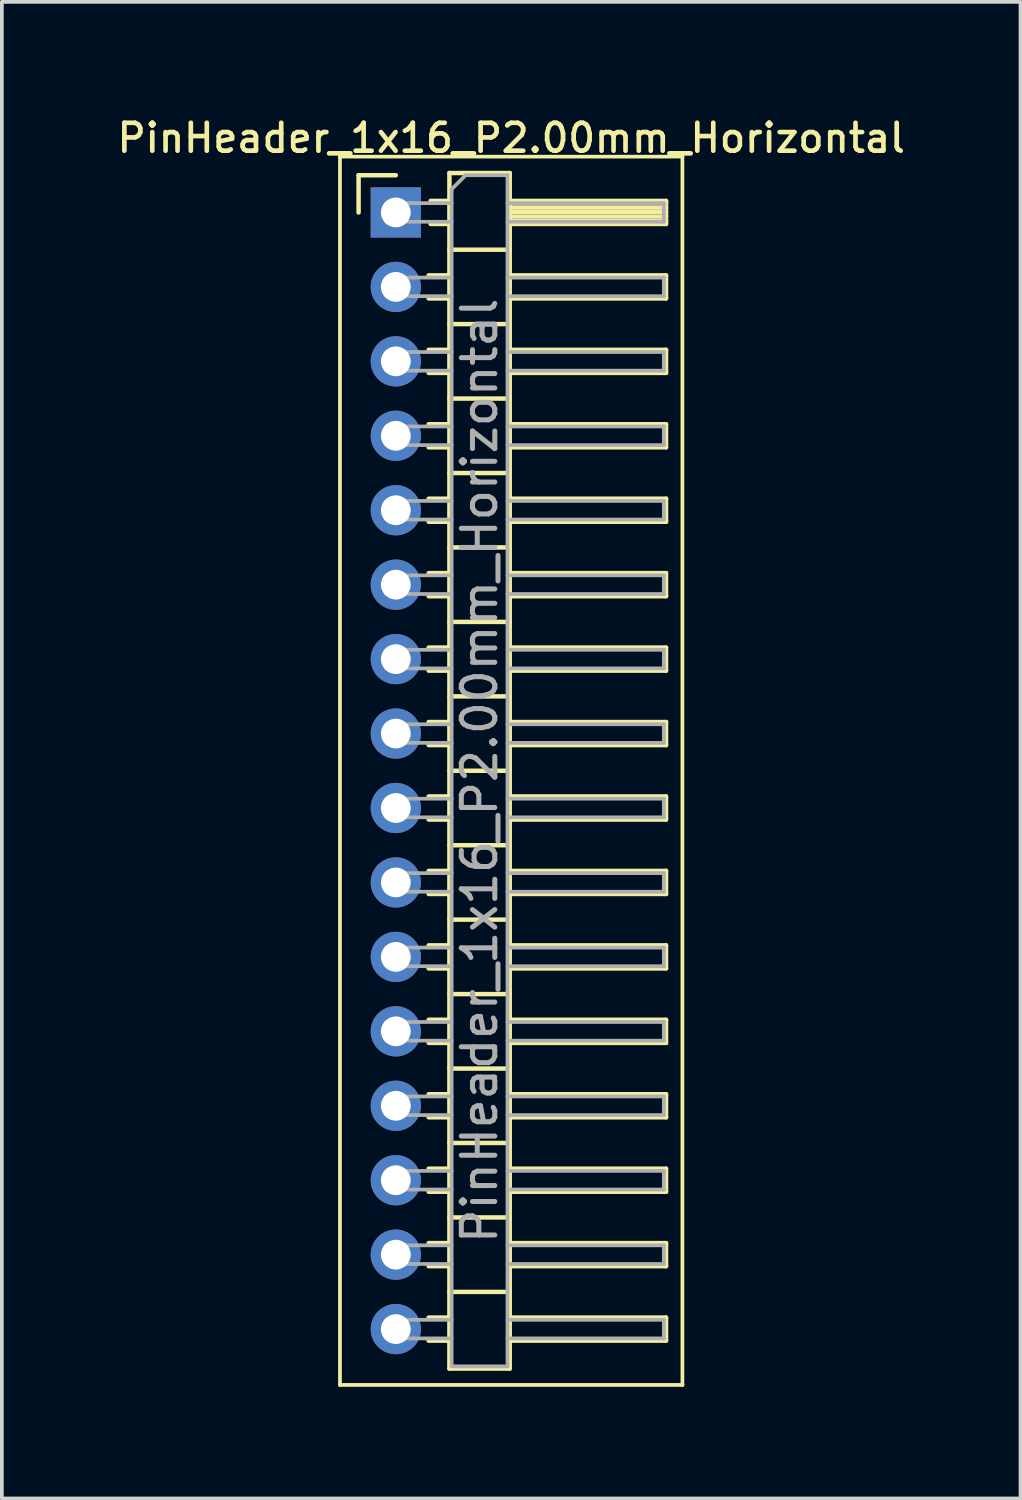
<source format=kicad_pcb>
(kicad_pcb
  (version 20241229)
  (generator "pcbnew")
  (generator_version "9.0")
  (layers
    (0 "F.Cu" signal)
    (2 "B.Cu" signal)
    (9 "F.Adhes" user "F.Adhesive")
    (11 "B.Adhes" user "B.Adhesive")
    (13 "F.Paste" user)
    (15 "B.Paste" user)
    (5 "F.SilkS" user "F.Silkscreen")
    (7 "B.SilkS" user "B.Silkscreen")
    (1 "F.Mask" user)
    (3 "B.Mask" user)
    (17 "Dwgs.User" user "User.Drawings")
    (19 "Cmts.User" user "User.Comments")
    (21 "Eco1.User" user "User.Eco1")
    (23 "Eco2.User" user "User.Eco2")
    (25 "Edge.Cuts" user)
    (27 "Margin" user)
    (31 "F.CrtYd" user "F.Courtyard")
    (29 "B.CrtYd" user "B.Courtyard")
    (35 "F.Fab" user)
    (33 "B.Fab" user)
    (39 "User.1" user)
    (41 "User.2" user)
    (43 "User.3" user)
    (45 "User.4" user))
  (footprint "PinHeader_1x16_P2.00mm_Horizontal"
    (layer "F.Cu")
    (at 7.584 2.658)
    (property "Reference" "PinHeader_1x16_P2.00mm_Horizontal" (at 3.1 -2 0) (layer "F.SilkS") (effects (font (size 0.75 0.75) (thickness 0.125))))
    (attr through_hole)
    (fp_line (start -1.5 -1.5) (end -1.5 31.5) (stroke (width 0.1) (type solid)) (layer "F.SilkS"))
    (fp_line (start -1.5 31.5) (end 7.7 31.5) (stroke (width 0.1) (type solid)) (layer "F.SilkS"))
    (fp_line (start -1 -1) (end 0 -1) (stroke (width 0.12) (type solid)) (layer "F.SilkS"))
    (fp_line (start -1 0) (end -1 -1) (stroke (width 0.12) (type solid)) (layer "F.SilkS"))
    (fp_line (start 0.882 1.69) (end 1.44 1.69) (stroke (width 0.12) (type solid)) (layer "F.SilkS"))
    (fp_line (start 0.882 2.31) (end 1.44 2.31) (stroke (width 0.12) (type solid)) (layer "F.SilkS"))
    (fp_line (start 0.882 3.69) (end 1.44 3.69) (stroke (width 0.12) (type solid)) (layer "F.SilkS"))
    (fp_line (start 0.882 4.31) (end 1.44 4.31) (stroke (width 0.12) (type solid)) (layer "F.SilkS"))
    (fp_line (start 0.882 5.69) (end 1.44 5.69) (stroke (width 0.12) (type solid)) (layer "F.SilkS"))
    (fp_line (start 0.882 6.31) (end 1.44 6.31) (stroke (width 0.12) (type solid)) (layer "F.SilkS"))
    (fp_line (start 0.882 7.69) (end 1.44 7.69) (stroke (width 0.12) (type solid)) (layer "F.SilkS"))
    (fp_line (start 0.882 8.31) (end 1.44 8.31) (stroke (width 0.12) (type solid)) (layer "F.SilkS"))
    (fp_line (start 0.882 9.69) (end 1.44 9.69) (stroke (width 0.12) (type solid)) (layer "F.SilkS"))
    (fp_line (start 0.882 10.31) (end 1.44 10.31) (stroke (width 0.12) (type solid)) (layer "F.SilkS"))
    (fp_line (start 0.882 11.69) (end 1.44 11.69) (stroke (width 0.12) (type solid)) (layer "F.SilkS"))
    (fp_line (start 0.882 12.31) (end 1.44 12.31) (stroke (width 0.12) (type solid)) (layer "F.SilkS"))
    (fp_line (start 0.882 13.69) (end 1.44 13.69) (stroke (width 0.12) (type solid)) (layer "F.SilkS"))
    (fp_line (start 0.882 14.31) (end 1.44 14.31) (stroke (width 0.12) (type solid)) (layer "F.SilkS"))
    (fp_line (start 0.882 15.69) (end 1.44 15.69) (stroke (width 0.12) (type solid)) (layer "F.SilkS"))
    (fp_line (start 0.882 16.31) (end 1.44 16.31) (stroke (width 0.12) (type solid)) (layer "F.SilkS"))
    (fp_line (start 0.882 17.69) (end 1.44 17.69) (stroke (width 0.12) (type solid)) (layer "F.SilkS"))
    (fp_line (start 0.882 18.31) (end 1.44 18.31) (stroke (width 0.12) (type solid)) (layer "F.SilkS"))
    (fp_line (start 0.882 19.69) (end 1.44 19.69) (stroke (width 0.12) (type solid)) (layer "F.SilkS"))
    (fp_line (start 0.882 20.31) (end 1.44 20.31) (stroke (width 0.12) (type solid)) (layer "F.SilkS"))
    (fp_line (start 0.882 21.69) (end 1.44 21.69) (stroke (width 0.12) (type solid)) (layer "F.SilkS"))
    (fp_line (start 0.882 22.31) (end 1.44 22.31) (stroke (width 0.12) (type solid)) (layer "F.SilkS"))
    (fp_line (start 0.882 23.69) (end 1.44 23.69) (stroke (width 0.12) (type solid)) (layer "F.SilkS"))
    (fp_line (start 0.882 24.31) (end 1.44 24.31) (stroke (width 0.12) (type solid)) (layer "F.SilkS"))
    (fp_line (start 0.882 25.69) (end 1.44 25.69) (stroke (width 0.12) (type solid)) (layer "F.SilkS"))
    (fp_line (start 0.882 26.31) (end 1.44 26.31) (stroke (width 0.12) (type solid)) (layer "F.SilkS"))
    (fp_line (start 0.882 27.69) (end 1.44 27.69) (stroke (width 0.12) (type solid)) (layer "F.SilkS"))
    (fp_line (start 0.882 28.31) (end 1.44 28.31) (stroke (width 0.12) (type solid)) (layer "F.SilkS"))
    (fp_line (start 0.882 29.69) (end 1.44 29.69) (stroke (width 0.12) (type solid)) (layer "F.SilkS"))
    (fp_line (start 0.882 30.31) (end 1.44 30.31) (stroke (width 0.12) (type solid)) (layer "F.SilkS"))
    (fp_line (start 0.935 -0.31) (end 1.44 -0.31) (stroke (width 0.12) (type solid)) (layer "F.SilkS"))
    (fp_line (start 0.935 0.31) (end 1.44 0.31) (stroke (width 0.12) (type solid)) (layer "F.SilkS"))
    (fp_line (start 1.44 -1.06) (end 1.44 31.06) (stroke (width 0.12) (type solid)) (layer "F.SilkS"))
    (fp_line (start 1.44 1) (end 3.06 1) (stroke (width 0.12) (type solid)) (layer "F.SilkS"))
    (fp_line (start 1.44 3) (end 3.06 3) (stroke (width 0.12) (type solid)) (layer "F.SilkS"))
    (fp_line (start 1.44 5) (end 3.06 5) (stroke (width 0.12) (type solid)) (layer "F.SilkS"))
    (fp_line (start 1.44 7) (end 3.06 7) (stroke (width 0.12) (type solid)) (layer "F.SilkS"))
    (fp_line (start 1.44 9) (end 3.06 9) (stroke (width 0.12) (type solid)) (layer "F.SilkS"))
    (fp_line (start 1.44 11) (end 3.06 11) (stroke (width 0.12) (type solid)) (layer "F.SilkS"))
    (fp_line (start 1.44 13) (end 3.06 13) (stroke (width 0.12) (type solid)) (layer "F.SilkS"))
    (fp_line (start 1.44 15) (end 3.06 15) (stroke (width 0.12) (type solid)) (layer "F.SilkS"))
    (fp_line (start 1.44 17) (end 3.06 17) (stroke (width 0.12) (type solid)) (layer "F.SilkS"))
    (fp_line (start 1.44 19) (end 3.06 19) (stroke (width 0.12) (type solid)) (layer "F.SilkS"))
    (fp_line (start 1.44 21) (end 3.06 21) (stroke (width 0.12) (type solid)) (layer "F.SilkS"))
    (fp_line (start 1.44 23) (end 3.06 23) (stroke (width 0.12) (type solid)) (layer "F.SilkS"))
    (fp_line (start 1.44 25) (end 3.06 25) (stroke (width 0.12) (type solid)) (layer "F.SilkS"))
    (fp_line (start 1.44 27) (end 3.06 27) (stroke (width 0.12) (type solid)) (layer "F.SilkS"))
    (fp_line (start 1.44 29) (end 3.06 29) (stroke (width 0.12) (type solid)) (layer "F.SilkS"))
    (fp_line (start 1.44 31.06) (end 3.06 31.06) (stroke (width 0.12) (type solid)) (layer "F.SilkS"))
    (fp_line (start 3.06 -1.06) (end 1.44 -1.06) (stroke (width 0.12) (type solid)) (layer "F.SilkS"))
    (fp_line (start 3.06 -0.31) (end 7.26 -0.31) (stroke (width 0.12) (type solid)) (layer "F.SilkS"))
    (fp_line (start 3.06 -0.25) (end 7.26 -0.25) (stroke (width 0.12) (type solid)) (layer "F.SilkS"))
    (fp_line (start 3.06 -0.13) (end 7.26 -0.13) (stroke (width 0.12) (type solid)) (layer "F.SilkS"))
    (fp_line (start 3.06 -0.01) (end 7.26 -0.01) (stroke (width 0.12) (type solid)) (layer "F.SilkS"))
    (fp_line (start 3.06 0.11) (end 7.26 0.11) (stroke (width 0.12) (type solid)) (layer "F.SilkS"))
    (fp_line (start 3.06 0.23) (end 7.26 0.23) (stroke (width 0.12) (type solid)) (layer "F.SilkS"))
    (fp_line (start 3.06 1.69) (end 7.26 1.69) (stroke (width 0.12) (type solid)) (layer "F.SilkS"))
    (fp_line (start 3.06 3.69) (end 7.26 3.69) (stroke (width 0.12) (type solid)) (layer "F.SilkS"))
    (fp_line (start 3.06 5.69) (end 7.26 5.69) (stroke (width 0.12) (type solid)) (layer "F.SilkS"))
    (fp_line (start 3.06 7.69) (end 7.26 7.69) (stroke (width 0.12) (type solid)) (layer "F.SilkS"))
    (fp_line (start 3.06 9.69) (end 7.26 9.69) (stroke (width 0.12) (type solid)) (layer "F.SilkS"))
    (fp_line (start 3.06 11.69) (end 7.26 11.69) (stroke (width 0.12) (type solid)) (layer "F.SilkS"))
    (fp_line (start 3.06 13.69) (end 7.26 13.69) (stroke (width 0.12) (type solid)) (layer "F.SilkS"))
    (fp_line (start 3.06 15.69) (end 7.26 15.69) (stroke (width 0.12) (type solid)) (layer "F.SilkS"))
    (fp_line (start 3.06 17.69) (end 7.26 17.69) (stroke (width 0.12) (type solid)) (layer "F.SilkS"))
    (fp_line (start 3.06 19.69) (end 7.26 19.69) (stroke (width 0.12) (type solid)) (layer "F.SilkS"))
    (fp_line (start 3.06 21.69) (end 7.26 21.69) (stroke (width 0.12) (type solid)) (layer "F.SilkS"))
    (fp_line (start 3.06 23.69) (end 7.26 23.69) (stroke (width 0.12) (type solid)) (layer "F.SilkS"))
    (fp_line (start 3.06 25.69) (end 7.26 25.69) (stroke (width 0.12) (type solid)) (layer "F.SilkS"))
    (fp_line (start 3.06 27.69) (end 7.26 27.69) (stroke (width 0.12) (type solid)) (layer "F.SilkS"))
    (fp_line (start 3.06 29.69) (end 7.26 29.69) (stroke (width 0.12) (type solid)) (layer "F.SilkS"))
    (fp_line (start 3.06 31.06) (end 3.06 -1.06) (stroke (width 0.12) (type solid)) (layer "F.SilkS"))
    (fp_line (start 7.26 -0.31) (end 7.26 0.31) (stroke (width 0.12) (type solid)) (layer "F.SilkS"))
    (fp_line (start 7.26 0.31) (end 3.06 0.31) (stroke (width 0.12) (type solid)) (layer "F.SilkS"))
    (fp_line (start 7.26 1.69) (end 7.26 2.31) (stroke (width 0.12) (type solid)) (layer "F.SilkS"))
    (fp_line (start 7.26 2.31) (end 3.06 2.31) (stroke (width 0.12) (type solid)) (layer "F.SilkS"))
    (fp_line (start 7.26 3.69) (end 7.26 4.31) (stroke (width 0.12) (type solid)) (layer "F.SilkS"))
    (fp_line (start 7.26 4.31) (end 3.06 4.31) (stroke (width 0.12) (type solid)) (layer "F.SilkS"))
    (fp_line (start 7.26 5.69) (end 7.26 6.31) (stroke (width 0.12) (type solid)) (layer "F.SilkS"))
    (fp_line (start 7.26 6.31) (end 3.06 6.31) (stroke (width 0.12) (type solid)) (layer "F.SilkS"))
    (fp_line (start 7.26 7.69) (end 7.26 8.31) (stroke (width 0.12) (type solid)) (layer "F.SilkS"))
    (fp_line (start 7.26 8.31) (end 3.06 8.31) (stroke (width 0.12) (type solid)) (layer "F.SilkS"))
    (fp_line (start 7.26 9.69) (end 7.26 10.31) (stroke (width 0.12) (type solid)) (layer "F.SilkS"))
    (fp_line (start 7.26 10.31) (end 3.06 10.31) (stroke (width 0.12) (type solid)) (layer "F.SilkS"))
    (fp_line (start 7.26 11.69) (end 7.26 12.31) (stroke (width 0.12) (type solid)) (layer "F.SilkS"))
    (fp_line (start 7.26 12.31) (end 3.06 12.31) (stroke (width 0.12) (type solid)) (layer "F.SilkS"))
    (fp_line (start 7.26 13.69) (end 7.26 14.31) (stroke (width 0.12) (type solid)) (layer "F.SilkS"))
    (fp_line (start 7.26 14.31) (end 3.06 14.31) (stroke (width 0.12) (type solid)) (layer "F.SilkS"))
    (fp_line (start 7.26 15.69) (end 7.26 16.31) (stroke (width 0.12) (type solid)) (layer "F.SilkS"))
    (fp_line (start 7.26 16.31) (end 3.06 16.31) (stroke (width 0.12) (type solid)) (layer "F.SilkS"))
    (fp_line (start 7.26 17.69) (end 7.26 18.31) (stroke (width 0.12) (type solid)) (layer "F.SilkS"))
    (fp_line (start 7.26 18.31) (end 3.06 18.31) (stroke (width 0.12) (type solid)) (layer "F.SilkS"))
    (fp_line (start 7.26 19.69) (end 7.26 20.31) (stroke (width 0.12) (type solid)) (layer "F.SilkS"))
    (fp_line (start 7.26 20.31) (end 3.06 20.31) (stroke (width 0.12) (type solid)) (layer "F.SilkS"))
    (fp_line (start 7.26 21.69) (end 7.26 22.31) (stroke (width 0.12) (type solid)) (layer "F.SilkS"))
    (fp_line (start 7.26 22.31) (end 3.06 22.31) (stroke (width 0.12) (type solid)) (layer "F.SilkS"))
    (fp_line (start 7.26 23.69) (end 7.26 24.31) (stroke (width 0.12) (type solid)) (layer "F.SilkS"))
    (fp_line (start 7.26 24.31) (end 3.06 24.31) (stroke (width 0.12) (type solid)) (layer "F.SilkS"))
    (fp_line (start 7.26 25.69) (end 7.26 26.31) (stroke (width 0.12) (type solid)) (layer "F.SilkS"))
    (fp_line (start 7.26 26.31) (end 3.06 26.31) (stroke (width 0.12) (type solid)) (layer "F.SilkS"))
    (fp_line (start 7.26 27.69) (end 7.26 28.31) (stroke (width 0.12) (type solid)) (layer "F.SilkS"))
    (fp_line (start 7.26 28.31) (end 3.06 28.31) (stroke (width 0.12) (type solid)) (layer "F.SilkS"))
    (fp_line (start 7.26 29.69) (end 7.26 30.31) (stroke (width 0.12) (type solid)) (layer "F.SilkS"))
    (fp_line (start 7.26 30.31) (end 3.06 30.31) (stroke (width 0.12) (type solid)) (layer "F.SilkS"))
    (fp_line (start 7.7 -1.5) (end -1.5 -1.5) (stroke (width 0.1) (type solid)) (layer "F.SilkS"))
    (fp_line (start 7.7 31.5) (end 7.7 -1.5) (stroke (width 0.1) (type solid)) (layer "F.SilkS"))
    (fp_line (start -0.25 -0.25) (end -0.25 0.25) (stroke (width 0.1) (type solid)) (layer "F.Fab"))
    (fp_line (start -0.25 -0.25) (end 1.5 -0.25) (stroke (width 0.1) (type solid)) (layer "F.Fab"))
    (fp_line (start -0.25 0.25) (end 1.5 0.25) (stroke (width 0.1) (type solid)) (layer "F.Fab"))
    (fp_line (start -0.25 1.75) (end -0.25 2.25) (stroke (width 0.1) (type solid)) (layer "F.Fab"))
    (fp_line (start -0.25 1.75) (end 1.5 1.75) (stroke (width 0.1) (type solid)) (layer "F.Fab"))
    (fp_line (start -0.25 2.25) (end 1.5 2.25) (stroke (width 0.1) (type solid)) (layer "F.Fab"))
    (fp_line (start -0.25 3.75) (end -0.25 4.25) (stroke (width 0.1) (type solid)) (layer "F.Fab"))
    (fp_line (start -0.25 3.75) (end 1.5 3.75) (stroke (width 0.1) (type solid)) (layer "F.Fab"))
    (fp_line (start -0.25 4.25) (end 1.5 4.25) (stroke (width 0.1) (type solid)) (layer "F.Fab"))
    (fp_line (start -0.25 5.75) (end -0.25 6.25) (stroke (width 0.1) (type solid)) (layer "F.Fab"))
    (fp_line (start -0.25 5.75) (end 1.5 5.75) (stroke (width 0.1) (type solid)) (layer "F.Fab"))
    (fp_line (start -0.25 6.25) (end 1.5 6.25) (stroke (width 0.1) (type solid)) (layer "F.Fab"))
    (fp_line (start -0.25 7.75) (end -0.25 8.25) (stroke (width 0.1) (type solid)) (layer "F.Fab"))
    (fp_line (start -0.25 7.75) (end 1.5 7.75) (stroke (width 0.1) (type solid)) (layer "F.Fab"))
    (fp_line (start -0.25 8.25) (end 1.5 8.25) (stroke (width 0.1) (type solid)) (layer "F.Fab"))
    (fp_line (start -0.25 9.75) (end -0.25 10.25) (stroke (width 0.1) (type solid)) (layer "F.Fab"))
    (fp_line (start -0.25 9.75) (end 1.5 9.75) (stroke (width 0.1) (type solid)) (layer "F.Fab"))
    (fp_line (start -0.25 10.25) (end 1.5 10.25) (stroke (width 0.1) (type solid)) (layer "F.Fab"))
    (fp_line (start -0.25 11.75) (end -0.25 12.25) (stroke (width 0.1) (type solid)) (layer "F.Fab"))
    (fp_line (start -0.25 11.75) (end 1.5 11.75) (stroke (width 0.1) (type solid)) (layer "F.Fab"))
    (fp_line (start -0.25 12.25) (end 1.5 12.25) (stroke (width 0.1) (type solid)) (layer "F.Fab"))
    (fp_line (start -0.25 13.75) (end -0.25 14.25) (stroke (width 0.1) (type solid)) (layer "F.Fab"))
    (fp_line (start -0.25 13.75) (end 1.5 13.75) (stroke (width 0.1) (type solid)) (layer "F.Fab"))
    (fp_line (start -0.25 14.25) (end 1.5 14.25) (stroke (width 0.1) (type solid)) (layer "F.Fab"))
    (fp_line (start -0.25 15.75) (end -0.25 16.25) (stroke (width 0.1) (type solid)) (layer "F.Fab"))
    (fp_line (start -0.25 15.75) (end 1.5 15.75) (stroke (width 0.1) (type solid)) (layer "F.Fab"))
    (fp_line (start -0.25 16.25) (end 1.5 16.25) (stroke (width 0.1) (type solid)) (layer "F.Fab"))
    (fp_line (start -0.25 17.75) (end -0.25 18.25) (stroke (width 0.1) (type solid)) (layer "F.Fab"))
    (fp_line (start -0.25 17.75) (end 1.5 17.75) (stroke (width 0.1) (type solid)) (layer "F.Fab"))
    (fp_line (start -0.25 18.25) (end 1.5 18.25) (stroke (width 0.1) (type solid)) (layer "F.Fab"))
    (fp_line (start -0.25 19.75) (end -0.25 20.25) (stroke (width 0.1) (type solid)) (layer "F.Fab"))
    (fp_line (start -0.25 19.75) (end 1.5 19.75) (stroke (width 0.1) (type solid)) (layer "F.Fab"))
    (fp_line (start -0.25 20.25) (end 1.5 20.25) (stroke (width 0.1) (type solid)) (layer "F.Fab"))
    (fp_line (start -0.25 21.75) (end -0.25 22.25) (stroke (width 0.1) (type solid)) (layer "F.Fab"))
    (fp_line (start -0.25 21.75) (end 1.5 21.75) (stroke (width 0.1) (type solid)) (layer "F.Fab"))
    (fp_line (start -0.25 22.25) (end 1.5 22.25) (stroke (width 0.1) (type solid)) (layer "F.Fab"))
    (fp_line (start -0.25 23.75) (end -0.25 24.25) (stroke (width 0.1) (type solid)) (layer "F.Fab"))
    (fp_line (start -0.25 23.75) (end 1.5 23.75) (stroke (width 0.1) (type solid)) (layer "F.Fab"))
    (fp_line (start -0.25 24.25) (end 1.5 24.25) (stroke (width 0.1) (type solid)) (layer "F.Fab"))
    (fp_line (start -0.25 25.75) (end -0.25 26.25) (stroke (width 0.1) (type solid)) (layer "F.Fab"))
    (fp_line (start -0.25 25.75) (end 1.5 25.75) (stroke (width 0.1) (type solid)) (layer "F.Fab"))
    (fp_line (start -0.25 26.25) (end 1.5 26.25) (stroke (width 0.1) (type solid)) (layer "F.Fab"))
    (fp_line (start -0.25 27.75) (end -0.25 28.25) (stroke (width 0.1) (type solid)) (layer "F.Fab"))
    (fp_line (start -0.25 27.75) (end 1.5 27.75) (stroke (width 0.1) (type solid)) (layer "F.Fab"))
    (fp_line (start -0.25 28.25) (end 1.5 28.25) (stroke (width 0.1) (type solid)) (layer "F.Fab"))
    (fp_line (start -0.25 29.75) (end -0.25 30.25) (stroke (width 0.1) (type solid)) (layer "F.Fab"))
    (fp_line (start -0.25 29.75) (end 1.5 29.75) (stroke (width 0.1) (type solid)) (layer "F.Fab"))
    (fp_line (start -0.25 30.25) (end 1.5 30.25) (stroke (width 0.1) (type solid)) (layer "F.Fab"))
    (fp_line (start 1.5 -0.625) (end 1.875 -1) (stroke (width 0.1) (type solid)) (layer "F.Fab"))
    (fp_line (start 1.5 31) (end 1.5 -0.625) (stroke (width 0.1) (type solid)) (layer "F.Fab"))
    (fp_line (start 1.875 -1) (end 3 -1) (stroke (width 0.1) (type solid)) (layer "F.Fab"))
    (fp_line (start 3 -1) (end 3 31) (stroke (width 0.1) (type solid)) (layer "F.Fab"))
    (fp_line (start 3 -0.25) (end 7.2 -0.25) (stroke (width 0.1) (type solid)) (layer "F.Fab"))
    (fp_line (start 3 0.25) (end 7.2 0.25) (stroke (width 0.1) (type solid)) (layer "F.Fab"))
    (fp_line (start 3 1.75) (end 7.2 1.75) (stroke (width 0.1) (type solid)) (layer "F.Fab"))
    (fp_line (start 3 2.25) (end 7.2 2.25) (stroke (width 0.1) (type solid)) (layer "F.Fab"))
    (fp_line (start 3 3.75) (end 7.2 3.75) (stroke (width 0.1) (type solid)) (layer "F.Fab"))
    (fp_line (start 3 4.25) (end 7.2 4.25) (stroke (width 0.1) (type solid)) (layer "F.Fab"))
    (fp_line (start 3 5.75) (end 7.2 5.75) (stroke (width 0.1) (type solid)) (layer "F.Fab"))
    (fp_line (start 3 6.25) (end 7.2 6.25) (stroke (width 0.1) (type solid)) (layer "F.Fab"))
    (fp_line (start 3 7.75) (end 7.2 7.75) (stroke (width 0.1) (type solid)) (layer "F.Fab"))
    (fp_line (start 3 8.25) (end 7.2 8.25) (stroke (width 0.1) (type solid)) (layer "F.Fab"))
    (fp_line (start 3 9.75) (end 7.2 9.75) (stroke (width 0.1) (type solid)) (layer "F.Fab"))
    (fp_line (start 3 10.25) (end 7.2 10.25) (stroke (width 0.1) (type solid)) (layer "F.Fab"))
    (fp_line (start 3 11.75) (end 7.2 11.75) (stroke (width 0.1) (type solid)) (layer "F.Fab"))
    (fp_line (start 3 12.25) (end 7.2 12.25) (stroke (width 0.1) (type solid)) (layer "F.Fab"))
    (fp_line (start 3 13.75) (end 7.2 13.75) (stroke (width 0.1) (type solid)) (layer "F.Fab"))
    (fp_line (start 3 14.25) (end 7.2 14.25) (stroke (width 0.1) (type solid)) (layer "F.Fab"))
    (fp_line (start 3 15.75) (end 7.2 15.75) (stroke (width 0.1) (type solid)) (layer "F.Fab"))
    (fp_line (start 3 16.25) (end 7.2 16.25) (stroke (width 0.1) (type solid)) (layer "F.Fab"))
    (fp_line (start 3 17.75) (end 7.2 17.75) (stroke (width 0.1) (type solid)) (layer "F.Fab"))
    (fp_line (start 3 18.25) (end 7.2 18.25) (stroke (width 0.1) (type solid)) (layer "F.Fab"))
    (fp_line (start 3 19.75) (end 7.2 19.75) (stroke (width 0.1) (type solid)) (layer "F.Fab"))
    (fp_line (start 3 20.25) (end 7.2 20.25) (stroke (width 0.1) (type solid)) (layer "F.Fab"))
    (fp_line (start 3 21.75) (end 7.2 21.75) (stroke (width 0.1) (type solid)) (layer "F.Fab"))
    (fp_line (start 3 22.25) (end 7.2 22.25) (stroke (width 0.1) (type solid)) (layer "F.Fab"))
    (fp_line (start 3 23.75) (end 7.2 23.75) (stroke (width 0.1) (type solid)) (layer "F.Fab"))
    (fp_line (start 3 24.25) (end 7.2 24.25) (stroke (width 0.1) (type solid)) (layer "F.Fab"))
    (fp_line (start 3 25.75) (end 7.2 25.75) (stroke (width 0.1) (type solid)) (layer "F.Fab"))
    (fp_line (start 3 26.25) (end 7.2 26.25) (stroke (width 0.1) (type solid)) (layer "F.Fab"))
    (fp_line (start 3 27.75) (end 7.2 27.75) (stroke (width 0.1) (type solid)) (layer "F.Fab"))
    (fp_line (start 3 28.25) (end 7.2 28.25) (stroke (width 0.1) (type solid)) (layer "F.Fab"))
    (fp_line (start 3 29.75) (end 7.2 29.75) (stroke (width 0.1) (type solid)) (layer "F.Fab"))
    (fp_line (start 3 30.25) (end 7.2 30.25) (stroke (width 0.1) (type solid)) (layer "F.Fab"))
    (fp_line (start 3 31) (end 1.5 31) (stroke (width 0.1) (type solid)) (layer "F.Fab"))
    (fp_line (start 7.2 -0.25) (end 7.2 0.25) (stroke (width 0.1) (type solid)) (layer "F.Fab"))
    (fp_line (start 7.2 1.75) (end 7.2 2.25) (stroke (width 0.1) (type solid)) (layer "F.Fab"))
    (fp_line (start 7.2 3.75) (end 7.2 4.25) (stroke (width 0.1) (type solid)) (layer "F.Fab"))
    (fp_line (start 7.2 5.75) (end 7.2 6.25) (stroke (width 0.1) (type solid)) (layer "F.Fab"))
    (fp_line (start 7.2 7.75) (end 7.2 8.25) (stroke (width 0.1) (type solid)) (layer "F.Fab"))
    (fp_line (start 7.2 9.75) (end 7.2 10.25) (stroke (width 0.1) (type solid)) (layer "F.Fab"))
    (fp_line (start 7.2 11.75) (end 7.2 12.25) (stroke (width 0.1) (type solid)) (layer "F.Fab"))
    (fp_line (start 7.2 13.75) (end 7.2 14.25) (stroke (width 0.1) (type solid)) (layer "F.Fab"))
    (fp_line (start 7.2 15.75) (end 7.2 16.25) (stroke (width 0.1) (type solid)) (layer "F.Fab"))
    (fp_line (start 7.2 17.75) (end 7.2 18.25) (stroke (width 0.1) (type solid)) (layer "F.Fab"))
    (fp_line (start 7.2 19.75) (end 7.2 20.25) (stroke (width 0.1) (type solid)) (layer "F.Fab"))
    (fp_line (start 7.2 21.75) (end 7.2 22.25) (stroke (width 0.1) (type solid)) (layer "F.Fab"))
    (fp_line (start 7.2 23.75) (end 7.2 24.25) (stroke (width 0.1) (type solid)) (layer "F.Fab"))
    (fp_line (start 7.2 25.75) (end 7.2 26.25) (stroke (width 0.1) (type solid)) (layer "F.Fab"))
    (fp_line (start 7.2 27.75) (end 7.2 28.25) (stroke (width 0.1) (type solid)) (layer "F.Fab"))
    (fp_line (start 7.2 29.75) (end 7.2 30.25) (stroke (width 0.1) (type solid)) (layer "F.Fab"))
    (fp_text user "${REFERENCE}" (at 2.25 15 90) (layer "F.Fab") (effects (font (size 0.9 0.9) (thickness 0.135))))
    (pad "1" thru_hole rect (at 0 0) (size 1.35 1.35) (drill 0.8) (layers "*.Cu" "*.Mask"))
    (pad "2" thru_hole oval (at 0 2) (size 1.35 1.35) (drill 0.8) (layers "*.Cu" "*.Mask"))
    (pad "3" thru_hole oval (at 0 4) (size 1.35 1.35) (drill 0.8) (layers "*.Cu" "*.Mask"))
    (pad "4" thru_hole oval (at 0 6) (size 1.35 1.35) (drill 0.8) (layers "*.Cu" "*.Mask"))
    (pad "5" thru_hole oval (at 0 8) (size 1.35 1.35) (drill 0.8) (layers "*.Cu" "*.Mask"))
    (pad "6" thru_hole oval (at 0 10) (size 1.35 1.35) (drill 0.8) (layers "*.Cu" "*.Mask"))
    (pad "7" thru_hole oval (at 0 12) (size 1.35 1.35) (drill 0.8) (layers "*.Cu" "*.Mask"))
    (pad "8" thru_hole oval (at 0 14) (size 1.35 1.35) (drill 0.8) (layers "*.Cu" "*.Mask"))
    (pad "9" thru_hole oval (at 0 16) (size 1.35 1.35) (drill 0.8) (layers "*.Cu" "*.Mask"))
    (pad "10" thru_hole oval (at 0 18) (size 1.35 1.35) (drill 0.8) (layers "*.Cu" "*.Mask"))
    (pad "11" thru_hole oval (at 0 20) (size 1.35 1.35) (drill 0.8) (layers "*.Cu" "*.Mask"))
    (pad "12" thru_hole oval (at 0 22) (size 1.35 1.35) (drill 0.8) (layers "*.Cu" "*.Mask"))
    (pad "13" thru_hole oval (at 0 24) (size 1.35 1.35) (drill 0.8) (layers "*.Cu" "*.Mask"))
    (pad "14" thru_hole oval (at 0 26) (size 1.35 1.35) (drill 0.8) (layers "*.Cu" "*.Mask"))
    (pad "15" thru_hole oval (at 0 28) (size 1.35 1.35) (drill 0.8) (layers "*.Cu" "*.Mask"))
    (pad "16" thru_hole oval (at 0 30) (size 1.35 1.35) (drill 0.8) (layers "*.Cu" "*.Mask")))
  (gr_rect
    (start -3 -3)
    (end 24.368 37.208)
    (stroke (width 0.1) (type default))
    (fill no)
    (layer "Edge.Cuts")))
</source>
